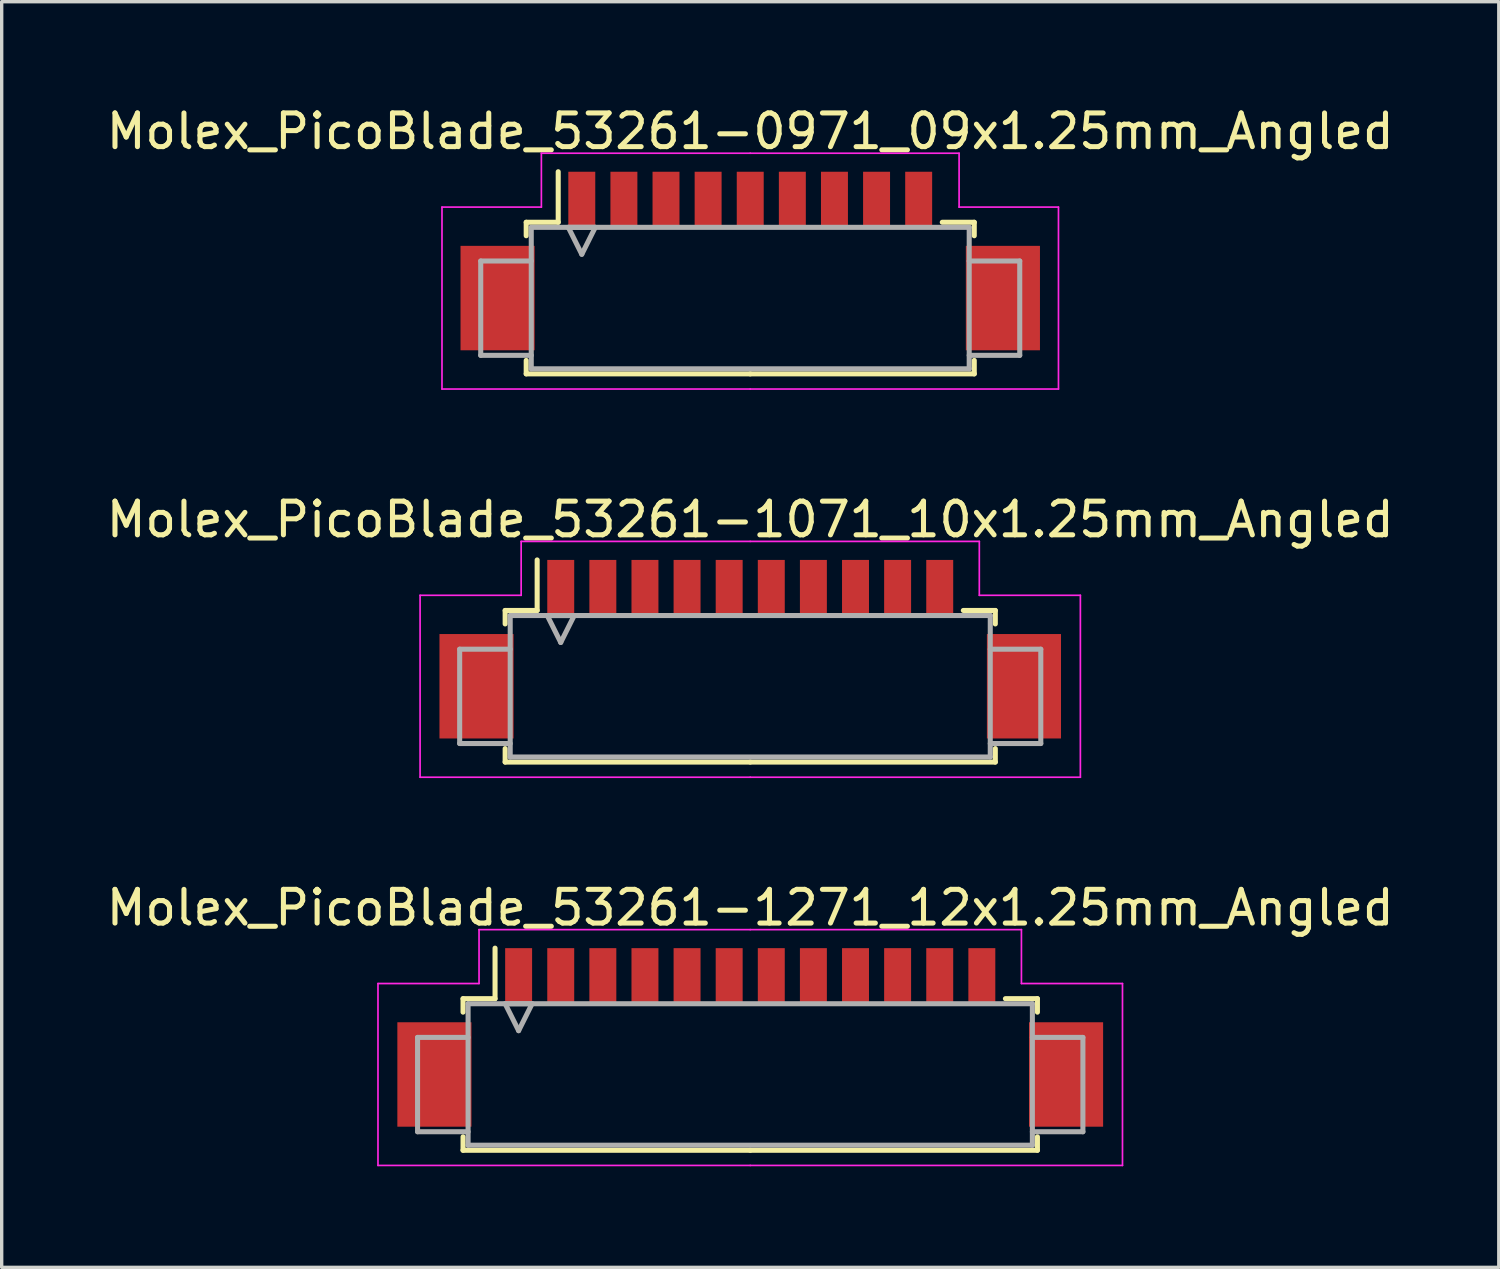
<source format=kicad_pcb>
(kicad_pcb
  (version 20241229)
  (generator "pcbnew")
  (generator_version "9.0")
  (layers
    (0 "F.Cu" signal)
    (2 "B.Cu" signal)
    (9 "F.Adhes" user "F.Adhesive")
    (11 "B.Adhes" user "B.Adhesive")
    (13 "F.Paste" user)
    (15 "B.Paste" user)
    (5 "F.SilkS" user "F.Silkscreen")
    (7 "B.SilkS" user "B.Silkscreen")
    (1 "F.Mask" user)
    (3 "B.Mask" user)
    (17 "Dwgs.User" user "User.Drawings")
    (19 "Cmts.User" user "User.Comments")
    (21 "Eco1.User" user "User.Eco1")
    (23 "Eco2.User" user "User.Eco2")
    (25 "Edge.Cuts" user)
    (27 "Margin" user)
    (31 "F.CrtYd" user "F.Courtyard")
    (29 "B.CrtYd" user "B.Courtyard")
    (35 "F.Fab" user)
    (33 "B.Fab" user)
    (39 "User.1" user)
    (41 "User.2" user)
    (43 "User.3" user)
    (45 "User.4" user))
  (footprint "Molex_PicoBlade_53261-0971_09x1.25mm_Angled"
    (layer "F.Cu")
    (at 19.22 4.348)
    (property "Reference" "Molex_PicoBlade_53261-0971_09x1.25mm_Angled" (at 0 -3.5 0) (layer "F.SilkS") (effects (font (size 1 1) (thickness 0.15))))
    (attr smd)
    (fp_line (start -6.65 -0.8) (end -6.65 -0.4) (stroke (width 0.15) (type solid)) (layer "F.SilkS"))
    (fp_line (start -6.65 3.3) (end -6.65 3.7) (stroke (width 0.15) (type solid)) (layer "F.SilkS"))
    (fp_line (start -6.65 3.7) (end 0 3.7) (stroke (width 0.15) (type solid)) (layer "F.SilkS"))
    (fp_line (start -5.7 -0.8) (end -6.65 -0.8) (stroke (width 0.15) (type solid)) (layer "F.SilkS"))
    (fp_line (start -5.7 -0.8) (end -5.7 -2.3) (stroke (width 0.15) (type solid)) (layer "F.SilkS"))
    (fp_line (start 5.7 -0.8) (end 6.65 -0.8) (stroke (width 0.15) (type solid)) (layer "F.SilkS"))
    (fp_line (start 6.65 -0.8) (end 6.65 -0.4) (stroke (width 0.15) (type solid)) (layer "F.SilkS"))
    (fp_line (start 6.65 3.3) (end 6.65 3.7) (stroke (width 0.15) (type solid)) (layer "F.SilkS"))
    (fp_line (start 6.65 3.7) (end 0 3.7) (stroke (width 0.15) (type solid)) (layer "F.SilkS"))
    (fp_line (start -9.15 -1.25) (end -9.15 4.15) (stroke (width 0.05) (type solid)) (layer "F.CrtYd"))
    (fp_line (start -9.15 4.15) (end 0 4.15) (stroke (width 0.05) (type solid)) (layer "F.CrtYd"))
    (fp_line (start -6.2 -2.85) (end -6.2 -1.25) (stroke (width 0.05) (type solid)) (layer "F.CrtYd"))
    (fp_line (start -6.2 -1.25) (end -9.15 -1.25) (stroke (width 0.05) (type solid)) (layer "F.CrtYd"))
    (fp_line (start 0 -2.85) (end -6.2 -2.85) (stroke (width 0.05) (type solid)) (layer "F.CrtYd"))
    (fp_line (start 0 -2.85) (end 6.2 -2.85) (stroke (width 0.05) (type solid)) (layer "F.CrtYd"))
    (fp_line (start 6.2 -2.85) (end 6.2 -1.25) (stroke (width 0.05) (type solid)) (layer "F.CrtYd"))
    (fp_line (start 6.2 -1.25) (end 9.15 -1.25) (stroke (width 0.05) (type solid)) (layer "F.CrtYd"))
    (fp_line (start 9.15 -1.25) (end 9.15 4.15) (stroke (width 0.05) (type solid)) (layer "F.CrtYd"))
    (fp_line (start 9.15 4.15) (end 0 4.15) (stroke (width 0.05) (type solid)) (layer "F.CrtYd"))
    (fp_line (start -8 0.35) (end -8 3.15) (stroke (width 0.15) (type solid)) (layer "F.Fab"))
    (fp_line (start -8 3.15) (end -6.5 3.15) (stroke (width 0.15) (type solid)) (layer "F.Fab"))
    (fp_line (start -6.5 -0.65) (end 6.5 -0.65) (stroke (width 0.15) (type solid)) (layer "F.Fab"))
    (fp_line (start -6.5 0.35) (end -8 0.35) (stroke (width 0.15) (type solid)) (layer "F.Fab"))
    (fp_line (start -6.5 3.55) (end -6.5 -0.65) (stroke (width 0.15) (type solid)) (layer "F.Fab"))
    (fp_line (start -5.4 -0.65) (end -5 0.15) (stroke (width 0.15) (type solid)) (layer "F.Fab"))
    (fp_line (start -5 0.15) (end -4.6 -0.65) (stroke (width 0.15) (type solid)) (layer "F.Fab"))
    (fp_line (start -4.6 -0.65) (end -5.4 -0.65) (stroke (width 0.15) (type solid)) (layer "F.Fab"))
    (fp_line (start 6.5 -0.65) (end 6.5 3.55) (stroke (width 0.15) (type solid)) (layer "F.Fab"))
    (fp_line (start 6.5 0.35) (end 8 0.35) (stroke (width 0.15) (type solid)) (layer "F.Fab"))
    (fp_line (start 6.5 3.55) (end -6.5 3.55) (stroke (width 0.15) (type solid)) (layer "F.Fab"))
    (fp_line (start 8 0.35) (end 8 3.15) (stroke (width 0.15) (type solid)) (layer "F.Fab"))
    (fp_line (start 8 3.15) (end 6.5 3.15) (stroke (width 0.15) (type solid)) (layer "F.Fab"))
    (pad "" smd rect (at -7.5 1.45) (size 2.2 3.1) (layers "F.Cu" "F.Mask" "F.Paste"))
    (pad "" smd rect (at 7.5 1.45) (size 2.2 3.1) (layers "F.Cu" "F.Mask" "F.Paste"))
    (pad "1" smd rect (at -5 -1.45) (size 0.8 1.7) (layers "F.Cu" "F.Mask" "F.Paste"))
    (pad "2" smd rect (at -3.75 -1.45) (size 0.8 1.7) (layers "F.Cu" "F.Mask" "F.Paste"))
    (pad "3" smd rect (at -2.5 -1.45) (size 0.8 1.7) (layers "F.Cu" "F.Mask" "F.Paste"))
    (pad "4" smd rect (at -1.25 -1.45) (size 0.8 1.7) (layers "F.Cu" "F.Mask" "F.Paste"))
    (pad "5" smd rect (at 0 -1.45) (size 0.8 1.7) (layers "F.Cu" "F.Mask" "F.Paste"))
    (pad "6" smd rect (at 1.25 -1.45) (size 0.8 1.7) (layers "F.Cu" "F.Mask" "F.Paste"))
    (pad "7" smd rect (at 2.5 -1.45) (size 0.8 1.7) (layers "F.Cu" "F.Mask" "F.Paste"))
    (pad "8" smd rect (at 3.75 -1.45) (size 0.8 1.7) (layers "F.Cu" "F.Mask" "F.Paste"))
    (pad "9" smd rect (at 5 -1.45) (size 0.8 1.7) (layers "F.Cu" "F.Mask" "F.Paste")))
  (footprint "Molex_PicoBlade_53261-1071_10x1.25mm_Angled"
    (layer "F.Cu")
    (at 19.22 15.871)
    (property "Reference" "Molex_PicoBlade_53261-1071_10x1.25mm_Angled" (at 0 -3.5 0) (layer "F.SilkS") (effects (font (size 1 1) (thickness 0.15))))
    (attr smd)
    (fp_line (start -7.275 -0.8) (end -7.275 -0.4) (stroke (width 0.15) (type solid)) (layer "F.SilkS"))
    (fp_line (start -7.275 3.3) (end -7.275 3.7) (stroke (width 0.15) (type solid)) (layer "F.SilkS"))
    (fp_line (start -7.275 3.7) (end 0 3.7) (stroke (width 0.15) (type solid)) (layer "F.SilkS"))
    (fp_line (start -6.325 -0.8) (end -7.275 -0.8) (stroke (width 0.15) (type solid)) (layer "F.SilkS"))
    (fp_line (start -6.325 -0.8) (end -6.325 -2.3) (stroke (width 0.15) (type solid)) (layer "F.SilkS"))
    (fp_line (start 6.325 -0.8) (end 7.275 -0.8) (stroke (width 0.15) (type solid)) (layer "F.SilkS"))
    (fp_line (start 7.275 -0.8) (end 7.275 -0.4) (stroke (width 0.15) (type solid)) (layer "F.SilkS"))
    (fp_line (start 7.275 3.3) (end 7.275 3.7) (stroke (width 0.15) (type solid)) (layer "F.SilkS"))
    (fp_line (start 7.275 3.7) (end 0 3.7) (stroke (width 0.15) (type solid)) (layer "F.SilkS"))
    (fp_line (start -9.8 -1.25) (end -9.8 4.15) (stroke (width 0.05) (type solid)) (layer "F.CrtYd"))
    (fp_line (start -9.8 4.15) (end 0 4.15) (stroke (width 0.05) (type solid)) (layer "F.CrtYd"))
    (fp_line (start -6.8 -2.85) (end -6.8 -1.25) (stroke (width 0.05) (type solid)) (layer "F.CrtYd"))
    (fp_line (start -6.8 -1.25) (end -9.8 -1.25) (stroke (width 0.05) (type solid)) (layer "F.CrtYd"))
    (fp_line (start 0 -2.85) (end -6.8 -2.85) (stroke (width 0.05) (type solid)) (layer "F.CrtYd"))
    (fp_line (start 0 -2.85) (end 6.8 -2.85) (stroke (width 0.05) (type solid)) (layer "F.CrtYd"))
    (fp_line (start 6.8 -2.85) (end 6.8 -1.25) (stroke (width 0.05) (type solid)) (layer "F.CrtYd"))
    (fp_line (start 6.8 -1.25) (end 9.8 -1.25) (stroke (width 0.05) (type solid)) (layer "F.CrtYd"))
    (fp_line (start 9.8 -1.25) (end 9.8 4.15) (stroke (width 0.05) (type solid)) (layer "F.CrtYd"))
    (fp_line (start 9.8 4.15) (end 0 4.15) (stroke (width 0.05) (type solid)) (layer "F.CrtYd"))
    (fp_line (start -8.625 0.35) (end -8.625 3.15) (stroke (width 0.15) (type solid)) (layer "F.Fab"))
    (fp_line (start -8.625 3.15) (end -7.125 3.15) (stroke (width 0.15) (type solid)) (layer "F.Fab"))
    (fp_line (start -7.125 -0.65) (end 7.125 -0.65) (stroke (width 0.15) (type solid)) (layer "F.Fab"))
    (fp_line (start -7.125 0.35) (end -8.625 0.35) (stroke (width 0.15) (type solid)) (layer "F.Fab"))
    (fp_line (start -7.125 3.55) (end -7.125 -0.65) (stroke (width 0.15) (type solid)) (layer "F.Fab"))
    (fp_line (start -6.025 -0.65) (end -5.625 0.15) (stroke (width 0.15) (type solid)) (layer "F.Fab"))
    (fp_line (start -5.625 0.15) (end -5.225 -0.65) (stroke (width 0.15) (type solid)) (layer "F.Fab"))
    (fp_line (start -5.225 -0.65) (end -6.025 -0.65) (stroke (width 0.15) (type solid)) (layer "F.Fab"))
    (fp_line (start 7.125 -0.65) (end 7.125 3.55) (stroke (width 0.15) (type solid)) (layer "F.Fab"))
    (fp_line (start 7.125 0.35) (end 8.625 0.35) (stroke (width 0.15) (type solid)) (layer "F.Fab"))
    (fp_line (start 7.125 3.55) (end -7.125 3.55) (stroke (width 0.15) (type solid)) (layer "F.Fab"))
    (fp_line (start 8.625 0.35) (end 8.625 3.15) (stroke (width 0.15) (type solid)) (layer "F.Fab"))
    (fp_line (start 8.625 3.15) (end 7.125 3.15) (stroke (width 0.15) (type solid)) (layer "F.Fab"))
    (pad "" smd rect (at -8.125 1.45) (size 2.2 3.1) (layers "F.Cu" "F.Mask" "F.Paste"))
    (pad "" smd rect (at 8.125 1.45) (size 2.2 3.1) (layers "F.Cu" "F.Mask" "F.Paste"))
    (pad "1" smd rect (at -5.625 -1.45) (size 0.8 1.7) (layers "F.Cu" "F.Mask" "F.Paste"))
    (pad "2" smd rect (at -4.375 -1.45) (size 0.8 1.7) (layers "F.Cu" "F.Mask" "F.Paste"))
    (pad "3" smd rect (at -3.125 -1.45) (size 0.8 1.7) (layers "F.Cu" "F.Mask" "F.Paste"))
    (pad "4" smd rect (at -1.875 -1.45) (size 0.8 1.7) (layers "F.Cu" "F.Mask" "F.Paste"))
    (pad "5" smd rect (at -0.625 -1.45) (size 0.8 1.7) (layers "F.Cu" "F.Mask" "F.Paste"))
    (pad "6" smd rect (at 0.625 -1.45) (size 0.8 1.7) (layers "F.Cu" "F.Mask" "F.Paste"))
    (pad "7" smd rect (at 1.875 -1.45) (size 0.8 1.7) (layers "F.Cu" "F.Mask" "F.Paste"))
    (pad "8" smd rect (at 3.125 -1.45) (size 0.8 1.7) (layers "F.Cu" "F.Mask" "F.Paste"))
    (pad "9" smd rect (at 4.375 -1.45) (size 0.8 1.7) (layers "F.Cu" "F.Mask" "F.Paste"))
    (pad "10" smd rect (at 5.625 -1.45) (size 0.8 1.7) (layers "F.Cu" "F.Mask" "F.Paste")))
  (footprint "Molex_PicoBlade_53261-1271_12x1.25mm_Angled"
    (layer "F.Cu")
    (at 19.22 27.395)
    (property "Reference" "Molex_PicoBlade_53261-1271_12x1.25mm_Angled" (at 0 -3.5 0) (layer "F.SilkS") (effects (font (size 1 1) (thickness 0.15))))
    (attr smd)
    (fp_line (start -8.525 -0.8) (end -8.525 -0.4) (stroke (width 0.15) (type solid)) (layer "F.SilkS"))
    (fp_line (start -8.525 3.3) (end -8.525 3.7) (stroke (width 0.15) (type solid)) (layer "F.SilkS"))
    (fp_line (start -8.525 3.7) (end 0 3.7) (stroke (width 0.15) (type solid)) (layer "F.SilkS"))
    (fp_line (start -7.575 -0.8) (end -8.525 -0.8) (stroke (width 0.15) (type solid)) (layer "F.SilkS"))
    (fp_line (start -7.575 -0.8) (end -7.575 -2.3) (stroke (width 0.15) (type solid)) (layer "F.SilkS"))
    (fp_line (start 7.575 -0.8) (end 8.525 -0.8) (stroke (width 0.15) (type solid)) (layer "F.SilkS"))
    (fp_line (start 8.525 -0.8) (end 8.525 -0.4) (stroke (width 0.15) (type solid)) (layer "F.SilkS"))
    (fp_line (start 8.525 3.3) (end 8.525 3.7) (stroke (width 0.15) (type solid)) (layer "F.SilkS"))
    (fp_line (start 8.525 3.7) (end 0 3.7) (stroke (width 0.15) (type solid)) (layer "F.SilkS"))
    (fp_line (start -11.05 -1.25) (end -11.05 4.15) (stroke (width 0.05) (type solid)) (layer "F.CrtYd"))
    (fp_line (start -11.05 4.15) (end 0 4.15) (stroke (width 0.05) (type solid)) (layer "F.CrtYd"))
    (fp_line (start -8.05 -2.85) (end -8.05 -1.25) (stroke (width 0.05) (type solid)) (layer "F.CrtYd"))
    (fp_line (start -8.05 -1.25) (end -11.05 -1.25) (stroke (width 0.05) (type solid)) (layer "F.CrtYd"))
    (fp_line (start 0 -2.85) (end -8.05 -2.85) (stroke (width 0.05) (type solid)) (layer "F.CrtYd"))
    (fp_line (start 0 -2.85) (end 8.05 -2.85) (stroke (width 0.05) (type solid)) (layer "F.CrtYd"))
    (fp_line (start 8.05 -2.85) (end 8.05 -1.25) (stroke (width 0.05) (type solid)) (layer "F.CrtYd"))
    (fp_line (start 8.05 -1.25) (end 11.05 -1.25) (stroke (width 0.05) (type solid)) (layer "F.CrtYd"))
    (fp_line (start 11.05 -1.25) (end 11.05 4.15) (stroke (width 0.05) (type solid)) (layer "F.CrtYd"))
    (fp_line (start 11.05 4.15) (end 0 4.15) (stroke (width 0.05) (type solid)) (layer "F.CrtYd"))
    (fp_line (start -9.875 0.35) (end -9.875 3.15) (stroke (width 0.15) (type solid)) (layer "F.Fab"))
    (fp_line (start -9.875 3.15) (end -8.375 3.15) (stroke (width 0.15) (type solid)) (layer "F.Fab"))
    (fp_line (start -8.375 -0.65) (end 8.375 -0.65) (stroke (width 0.15) (type solid)) (layer "F.Fab"))
    (fp_line (start -8.375 0.35) (end -9.875 0.35) (stroke (width 0.15) (type solid)) (layer "F.Fab"))
    (fp_line (start -8.375 3.55) (end -8.375 -0.65) (stroke (width 0.15) (type solid)) (layer "F.Fab"))
    (fp_line (start -7.275 -0.65) (end -6.875 0.15) (stroke (width 0.15) (type solid)) (layer "F.Fab"))
    (fp_line (start -6.875 0.15) (end -6.475 -0.65) (stroke (width 0.15) (type solid)) (layer "F.Fab"))
    (fp_line (start -6.475 -0.65) (end -7.275 -0.65) (stroke (width 0.15) (type solid)) (layer "F.Fab"))
    (fp_line (start 8.375 -0.65) (end 8.375 3.55) (stroke (width 0.15) (type solid)) (layer "F.Fab"))
    (fp_line (start 8.375 0.35) (end 9.875 0.35) (stroke (width 0.15) (type solid)) (layer "F.Fab"))
    (fp_line (start 8.375 3.55) (end -8.375 3.55) (stroke (width 0.15) (type solid)) (layer "F.Fab"))
    (fp_line (start 9.875 0.35) (end 9.875 3.15) (stroke (width 0.15) (type solid)) (layer "F.Fab"))
    (fp_line (start 9.875 3.15) (end 8.375 3.15) (stroke (width 0.15) (type solid)) (layer "F.Fab"))
    (pad "" smd rect (at -9.375 1.45) (size 2.2 3.1) (layers "F.Cu" "F.Mask" "F.Paste"))
    (pad "" smd rect (at 9.375 1.45) (size 2.2 3.1) (layers "F.Cu" "F.Mask" "F.Paste"))
    (pad "1" smd rect (at -6.875 -1.45) (size 0.8 1.7) (layers "F.Cu" "F.Mask" "F.Paste"))
    (pad "2" smd rect (at -5.625 -1.45) (size 0.8 1.7) (layers "F.Cu" "F.Mask" "F.Paste"))
    (pad "3" smd rect (at -4.375 -1.45) (size 0.8 1.7) (layers "F.Cu" "F.Mask" "F.Paste"))
    (pad "4" smd rect (at -3.125 -1.45) (size 0.8 1.7) (layers "F.Cu" "F.Mask" "F.Paste"))
    (pad "5" smd rect (at -1.875 -1.45) (size 0.8 1.7) (layers "F.Cu" "F.Mask" "F.Paste"))
    (pad "6" smd rect (at -0.625 -1.45) (size 0.8 1.7) (layers "F.Cu" "F.Mask" "F.Paste"))
    (pad "7" smd rect (at 0.625 -1.45) (size 0.8 1.7) (layers "F.Cu" "F.Mask" "F.Paste"))
    (pad "8" smd rect (at 1.875 -1.45) (size 0.8 1.7) (layers "F.Cu" "F.Mask" "F.Paste"))
    (pad "9" smd rect (at 3.125 -1.45) (size 0.8 1.7) (layers "F.Cu" "F.Mask" "F.Paste"))
    (pad "10" smd rect (at 4.375 -1.45) (size 0.8 1.7) (layers "F.Cu" "F.Mask" "F.Paste"))
    (pad "11" smd rect (at 5.625 -1.45) (size 0.8 1.7) (layers "F.Cu" "F.Mask" "F.Paste"))
    (pad "12" smd rect (at 6.875 -1.45) (size 0.8 1.7) (layers "F.Cu" "F.Mask" "F.Paste")))
  (gr_rect
    (start -3 -3)
    (end 41.44 34.57)
    (stroke (width 0.1) (type default))
    (fill no)
    (layer "Edge.Cuts")))
</source>
